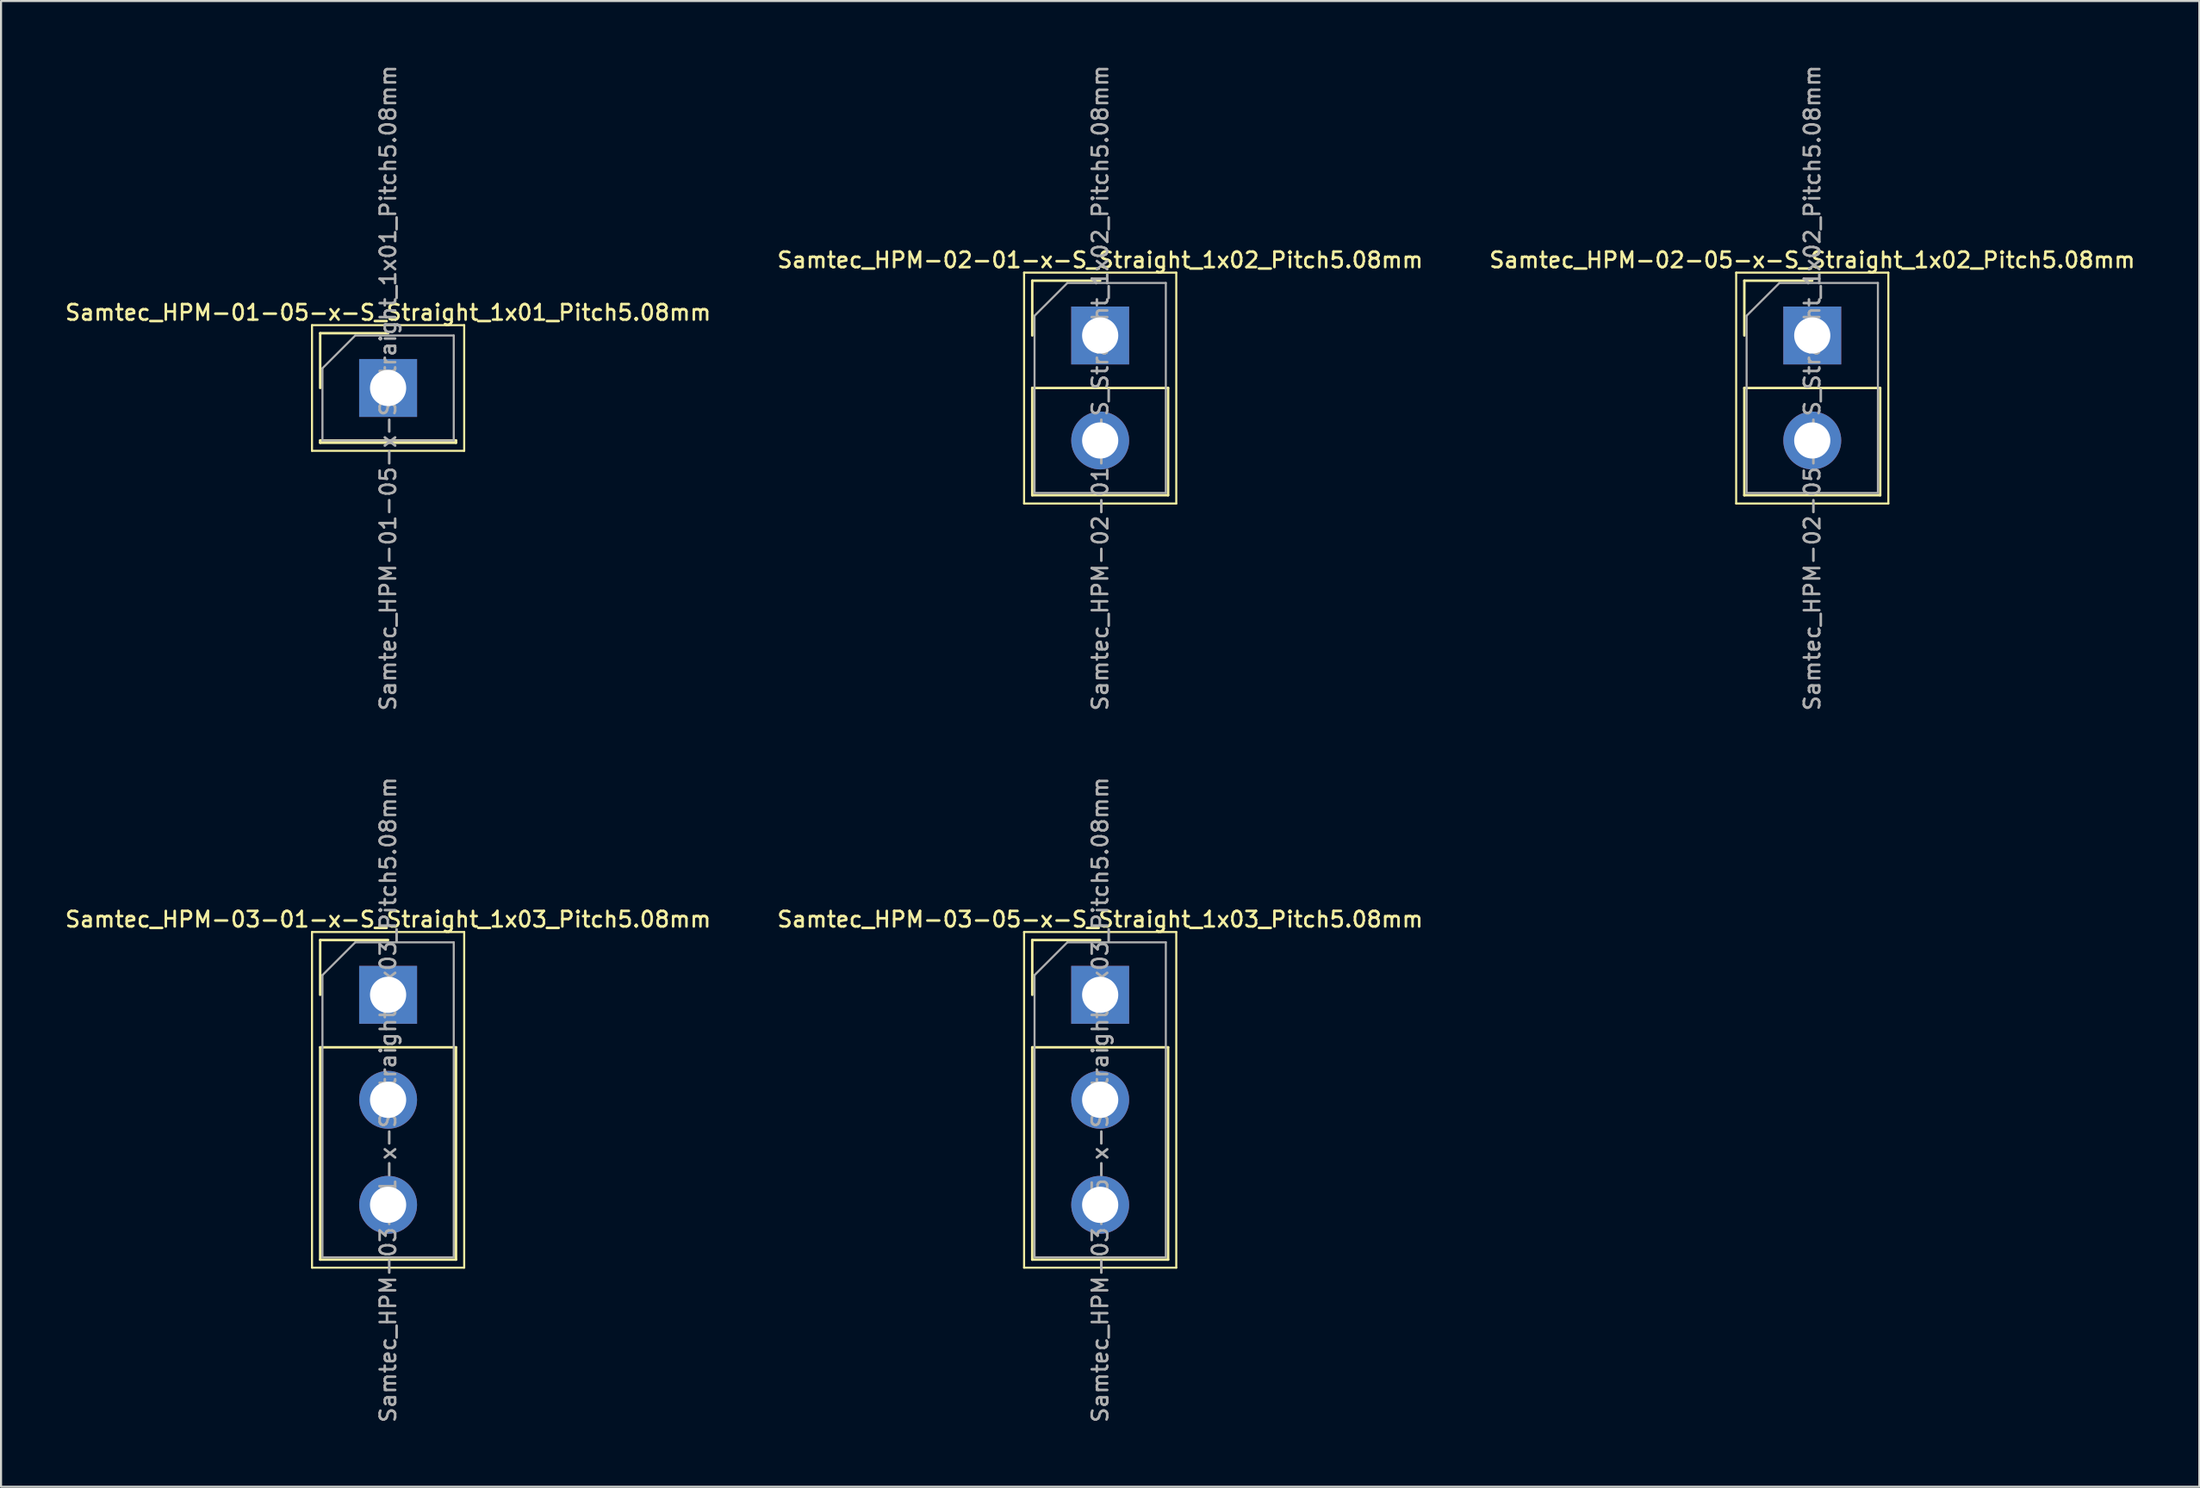
<source format=kicad_pcb>
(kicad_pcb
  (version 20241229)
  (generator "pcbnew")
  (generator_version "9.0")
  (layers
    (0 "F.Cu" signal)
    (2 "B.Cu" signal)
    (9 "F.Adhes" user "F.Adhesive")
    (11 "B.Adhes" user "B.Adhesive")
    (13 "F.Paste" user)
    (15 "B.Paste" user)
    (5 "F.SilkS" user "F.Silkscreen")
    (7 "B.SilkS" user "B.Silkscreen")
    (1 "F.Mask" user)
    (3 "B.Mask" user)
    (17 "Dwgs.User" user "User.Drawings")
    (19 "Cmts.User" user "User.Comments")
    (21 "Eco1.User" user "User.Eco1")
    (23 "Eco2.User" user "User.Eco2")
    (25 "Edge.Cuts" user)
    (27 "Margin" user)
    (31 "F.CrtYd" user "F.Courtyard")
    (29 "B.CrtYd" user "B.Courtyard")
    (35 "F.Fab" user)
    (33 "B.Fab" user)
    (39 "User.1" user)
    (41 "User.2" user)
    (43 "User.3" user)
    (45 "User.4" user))
  (footprint "Samtec_HPM-01-05-x-S_Straight_1x01_Pitch5.08mm"
    (layer "F.Cu")
    (at 15.72 15.72)
    (property "Reference" "Samtec_HPM-01-05-x-S_Straight_1x01_Pitch5.08mm" (at 0 -3.65 0) (layer "F.SilkS") (effects (font (size 0.75 0.75) (thickness 0.125))))
    (attr through_hole)
    (fp_line (start -3.68 -3.04) (end -3.68 3.04) (stroke (width 0.1) (type solid)) (layer "F.SilkS"))
    (fp_line (start -3.68 3.04) (end 3.68 3.04) (stroke (width 0.1) (type solid)) (layer "F.SilkS"))
    (fp_line (start -3.285 -2.65) (end 0 -2.65) (stroke (width 0.12) (type solid)) (layer "F.SilkS"))
    (fp_line (start -3.285 0) (end -3.285 -2.65) (stroke (width 0.12) (type solid)) (layer "F.SilkS"))
    (fp_line (start -3.285 2.54) (end -3.285 2.65) (stroke (width 0.12) (type solid)) (layer "F.SilkS"))
    (fp_line (start -3.285 2.54) (end 3.285 2.54) (stroke (width 0.12) (type solid)) (layer "F.SilkS"))
    (fp_line (start -3.285 2.65) (end 3.285 2.65) (stroke (width 0.12) (type solid)) (layer "F.SilkS"))
    (fp_line (start 3.285 2.54) (end 3.285 2.65) (stroke (width 0.12) (type solid)) (layer "F.SilkS"))
    (fp_line (start 3.68 -3.04) (end -3.68 -3.04) (stroke (width 0.1) (type solid)) (layer "F.SilkS"))
    (fp_line (start 3.68 3.04) (end 3.68 -3.04) (stroke (width 0.1) (type solid)) (layer "F.SilkS"))
    (fp_line (start -3.175 -0.953) (end -1.587 -2.54) (stroke (width 0.1) (type solid)) (layer "F.Fab"))
    (fp_line (start -3.175 2.54) (end -3.175 -0.953) (stroke (width 0.1) (type solid)) (layer "F.Fab"))
    (fp_line (start -1.587 -2.54) (end 3.175 -2.54) (stroke (width 0.1) (type solid)) (layer "F.Fab"))
    (fp_line (start 3.175 -2.54) (end 3.175 2.54) (stroke (width 0.1) (type solid)) (layer "F.Fab"))
    (fp_line (start 3.175 2.54) (end -3.175 2.54) (stroke (width 0.1) (type solid)) (layer "F.Fab"))
    (fp_text user "${REFERENCE}" (at 0 0 90) (layer "F.Fab") (effects (font (size 0.75 0.75) (thickness 0.125))))
    (pad "1" thru_hole rect (at 0 0) (size 2.8 2.8) (drill 1.75) (layers "*.Cu" "*.Mask")))
  (footprint "Samtec_HPM-03-05-x-S_Straight_1x03_Pitch5.08mm"
    (layer "F.Cu")
    (at 50.159 45.079)
    (property "Reference" "Samtec_HPM-03-05-x-S_Straight_1x03_Pitch5.08mm" (at 0 -3.65 0) (layer "F.SilkS") (effects (font (size 0.75 0.75) (thickness 0.125))))
    (attr through_hole)
    (fp_line (start -3.68 -3.04) (end -3.68 13.2) (stroke (width 0.1) (type solid)) (layer "F.SilkS"))
    (fp_line (start -3.68 13.2) (end 3.68 13.2) (stroke (width 0.1) (type solid)) (layer "F.SilkS"))
    (fp_line (start -3.285 -2.65) (end 0 -2.65) (stroke (width 0.12) (type solid)) (layer "F.SilkS"))
    (fp_line (start -3.285 0) (end -3.285 -2.65) (stroke (width 0.12) (type solid)) (layer "F.SilkS"))
    (fp_line (start -3.285 2.54) (end -3.285 12.81) (stroke (width 0.12) (type solid)) (layer "F.SilkS"))
    (fp_line (start -3.285 2.54) (end 3.285 2.54) (stroke (width 0.12) (type solid)) (layer "F.SilkS"))
    (fp_line (start -3.285 12.81) (end 3.285 12.81) (stroke (width 0.12) (type solid)) (layer "F.SilkS"))
    (fp_line (start 3.285 2.54) (end 3.285 12.81) (stroke (width 0.12) (type solid)) (layer "F.SilkS"))
    (fp_line (start 3.68 -3.04) (end -3.68 -3.04) (stroke (width 0.1) (type solid)) (layer "F.SilkS"))
    (fp_line (start 3.68 13.2) (end 3.68 -3.04) (stroke (width 0.1) (type solid)) (layer "F.SilkS"))
    (fp_line (start -3.175 -0.953) (end -1.587 -2.54) (stroke (width 0.1) (type solid)) (layer "F.Fab"))
    (fp_line (start -3.175 12.7) (end -3.175 -0.953) (stroke (width 0.1) (type solid)) (layer "F.Fab"))
    (fp_line (start -1.587 -2.54) (end 3.175 -2.54) (stroke (width 0.1) (type solid)) (layer "F.Fab"))
    (fp_line (start 3.175 -2.54) (end 3.175 12.7) (stroke (width 0.1) (type solid)) (layer "F.Fab"))
    (fp_line (start 3.175 12.7) (end -3.175 12.7) (stroke (width 0.1) (type solid)) (layer "F.Fab"))
    (fp_text user "${REFERENCE}" (at 0 5.08 90) (layer "F.Fab") (effects (font (size 0.75 0.75) (thickness 0.125))))
    (pad "1" thru_hole rect (at 0 0) (size 2.8 2.8) (drill 1.75) (layers "*.Cu" "*.Mask"))
    (pad "2" thru_hole circle (at 0 5.08) (size 2.8 2.8) (drill 1.75) (layers "*.Cu" "*.Mask"))
    (pad "3" thru_hole circle (at 0 10.16) (size 2.8 2.8) (drill 1.75) (layers "*.Cu" "*.Mask")))
  (footprint "Samtec_HPM-03-01-x-S_Straight_1x03_Pitch5.08mm"
    (layer "F.Cu")
    (at 15.72 45.079)
    (property "Reference" "Samtec_HPM-03-01-x-S_Straight_1x03_Pitch5.08mm" (at 0 -3.65 0) (layer "F.SilkS") (effects (font (size 0.75 0.75) (thickness 0.125))))
    (attr through_hole)
    (fp_line (start -3.68 -3.04) (end -3.68 13.2) (stroke (width 0.1) (type solid)) (layer "F.SilkS"))
    (fp_line (start -3.68 13.2) (end 3.68 13.2) (stroke (width 0.1) (type solid)) (layer "F.SilkS"))
    (fp_line (start -3.285 -2.65) (end 0 -2.65) (stroke (width 0.12) (type solid)) (layer "F.SilkS"))
    (fp_line (start -3.285 0) (end -3.285 -2.65) (stroke (width 0.12) (type solid)) (layer "F.SilkS"))
    (fp_line (start -3.285 2.54) (end -3.285 12.81) (stroke (width 0.12) (type solid)) (layer "F.SilkS"))
    (fp_line (start -3.285 2.54) (end 3.285 2.54) (stroke (width 0.12) (type solid)) (layer "F.SilkS"))
    (fp_line (start -3.285 12.81) (end 3.285 12.81) (stroke (width 0.12) (type solid)) (layer "F.SilkS"))
    (fp_line (start 3.285 2.54) (end 3.285 12.81) (stroke (width 0.12) (type solid)) (layer "F.SilkS"))
    (fp_line (start 3.68 -3.04) (end -3.68 -3.04) (stroke (width 0.1) (type solid)) (layer "F.SilkS"))
    (fp_line (start 3.68 13.2) (end 3.68 -3.04) (stroke (width 0.1) (type solid)) (layer "F.SilkS"))
    (fp_line (start -3.175 -0.953) (end -1.587 -2.54) (stroke (width 0.1) (type solid)) (layer "F.Fab"))
    (fp_line (start -3.175 12.7) (end -3.175 -0.953) (stroke (width 0.1) (type solid)) (layer "F.Fab"))
    (fp_line (start -1.587 -2.54) (end 3.175 -2.54) (stroke (width 0.1) (type solid)) (layer "F.Fab"))
    (fp_line (start 3.175 -2.54) (end 3.175 12.7) (stroke (width 0.1) (type solid)) (layer "F.Fab"))
    (fp_line (start 3.175 12.7) (end -3.175 12.7) (stroke (width 0.1) (type solid)) (layer "F.Fab"))
    (fp_text user "${REFERENCE}" (at 0 5.08 90) (layer "F.Fab") (effects (font (size 0.75 0.75) (thickness 0.125))))
    (pad "1" thru_hole rect (at 0 0) (size 2.8 2.8) (drill 1.75) (layers "*.Cu" "*.Mask"))
    (pad "2" thru_hole circle (at 0 5.08) (size 2.8 2.8) (drill 1.75) (layers "*.Cu" "*.Mask"))
    (pad "3" thru_hole circle (at 0 10.16) (size 2.8 2.8) (drill 1.75) (layers "*.Cu" "*.Mask")))
  (footprint "Samtec_HPM-02-05-x-S_Straight_1x02_Pitch5.08mm"
    (layer "F.Cu")
    (at 84.598 13.18)
    (property "Reference" "Samtec_HPM-02-05-x-S_Straight_1x02_Pitch5.08mm" (at 0 -3.65 0) (layer "F.SilkS") (effects (font (size 0.75 0.75) (thickness 0.125))))
    (attr through_hole)
    (fp_line (start -3.68 -3.04) (end -3.68 8.13) (stroke (width 0.1) (type solid)) (layer "F.SilkS"))
    (fp_line (start -3.68 8.13) (end 3.68 8.13) (stroke (width 0.1) (type solid)) (layer "F.SilkS"))
    (fp_line (start -3.285 -2.65) (end 0 -2.65) (stroke (width 0.12) (type solid)) (layer "F.SilkS"))
    (fp_line (start -3.285 0) (end -3.285 -2.65) (stroke (width 0.12) (type solid)) (layer "F.SilkS"))
    (fp_line (start -3.285 2.54) (end -3.285 7.73) (stroke (width 0.12) (type solid)) (layer "F.SilkS"))
    (fp_line (start -3.285 2.54) (end 3.285 2.54) (stroke (width 0.12) (type solid)) (layer "F.SilkS"))
    (fp_line (start -3.285 7.73) (end 3.285 7.73) (stroke (width 0.12) (type solid)) (layer "F.SilkS"))
    (fp_line (start 3.285 2.54) (end 3.285 7.73) (stroke (width 0.12) (type solid)) (layer "F.SilkS"))
    (fp_line (start 3.68 -3.04) (end -3.68 -3.04) (stroke (width 0.1) (type solid)) (layer "F.SilkS"))
    (fp_line (start 3.68 8.13) (end 3.68 -3.04) (stroke (width 0.1) (type solid)) (layer "F.SilkS"))
    (fp_line (start -3.175 -0.953) (end -1.587 -2.54) (stroke (width 0.1) (type solid)) (layer "F.Fab"))
    (fp_line (start -3.175 7.62) (end -3.175 -0.953) (stroke (width 0.1) (type solid)) (layer "F.Fab"))
    (fp_line (start -1.587 -2.54) (end 3.175 -2.54) (stroke (width 0.1) (type solid)) (layer "F.Fab"))
    (fp_line (start 3.175 -2.54) (end 3.175 7.62) (stroke (width 0.1) (type solid)) (layer "F.Fab"))
    (fp_line (start 3.175 7.62) (end -3.175 7.62) (stroke (width 0.1) (type solid)) (layer "F.Fab"))
    (fp_text user "${REFERENCE}" (at 0 2.54 90) (layer "F.Fab") (effects (font (size 0.75 0.75) (thickness 0.125))))
    (pad "1" thru_hole rect (at 0 0) (size 2.8 2.8) (drill 1.75) (layers "*.Cu" "*.Mask"))
    (pad "2" thru_hole circle (at 0 5.08) (size 2.8 2.8) (drill 1.75) (layers "*.Cu" "*.Mask")))
  (footprint "Samtec_HPM-02-01-x-S_Straight_1x02_Pitch5.08mm"
    (layer "F.Cu")
    (at 50.159 13.18)
    (property "Reference" "Samtec_HPM-02-01-x-S_Straight_1x02_Pitch5.08mm" (at 0 -3.65 0) (layer "F.SilkS") (effects (font (size 0.75 0.75) (thickness 0.125))))
    (attr through_hole)
    (fp_line (start -3.68 -3.04) (end -3.68 8.13) (stroke (width 0.1) (type solid)) (layer "F.SilkS"))
    (fp_line (start -3.68 8.13) (end 3.68 8.13) (stroke (width 0.1) (type solid)) (layer "F.SilkS"))
    (fp_line (start -3.285 -2.65) (end 0 -2.65) (stroke (width 0.12) (type solid)) (layer "F.SilkS"))
    (fp_line (start -3.285 0) (end -3.285 -2.65) (stroke (width 0.12) (type solid)) (layer "F.SilkS"))
    (fp_line (start -3.285 2.54) (end -3.285 7.73) (stroke (width 0.12) (type solid)) (layer "F.SilkS"))
    (fp_line (start -3.285 2.54) (end 3.285 2.54) (stroke (width 0.12) (type solid)) (layer "F.SilkS"))
    (fp_line (start -3.285 7.73) (end 3.285 7.73) (stroke (width 0.12) (type solid)) (layer "F.SilkS"))
    (fp_line (start 3.285 2.54) (end 3.285 7.73) (stroke (width 0.12) (type solid)) (layer "F.SilkS"))
    (fp_line (start 3.68 -3.04) (end -3.68 -3.04) (stroke (width 0.1) (type solid)) (layer "F.SilkS"))
    (fp_line (start 3.68 8.13) (end 3.68 -3.04) (stroke (width 0.1) (type solid)) (layer "F.SilkS"))
    (fp_line (start -3.175 -0.953) (end -1.587 -2.54) (stroke (width 0.1) (type solid)) (layer "F.Fab"))
    (fp_line (start -3.175 7.62) (end -3.175 -0.953) (stroke (width 0.1) (type solid)) (layer "F.Fab"))
    (fp_line (start -1.587 -2.54) (end 3.175 -2.54) (stroke (width 0.1) (type solid)) (layer "F.Fab"))
    (fp_line (start 3.175 -2.54) (end 3.175 7.62) (stroke (width 0.1) (type solid)) (layer "F.Fab"))
    (fp_line (start 3.175 7.62) (end -3.175 7.62) (stroke (width 0.1) (type solid)) (layer "F.Fab"))
    (fp_text user "${REFERENCE}" (at 0 2.54 90) (layer "F.Fab") (effects (font (size 0.75 0.75) (thickness 0.125))))
    (pad "1" thru_hole rect (at 0 0) (size 2.8 2.8) (drill 1.75) (layers "*.Cu" "*.Mask"))
    (pad "2" thru_hole circle (at 0 5.08) (size 2.8 2.8) (drill 1.75) (layers "*.Cu" "*.Mask")))
  (gr_rect
    (start -3 -3)
    (end 103.318 68.879)
    (stroke (width 0.1) (type default))
    (fill no)
    (layer "Edge.Cuts")))
</source>
